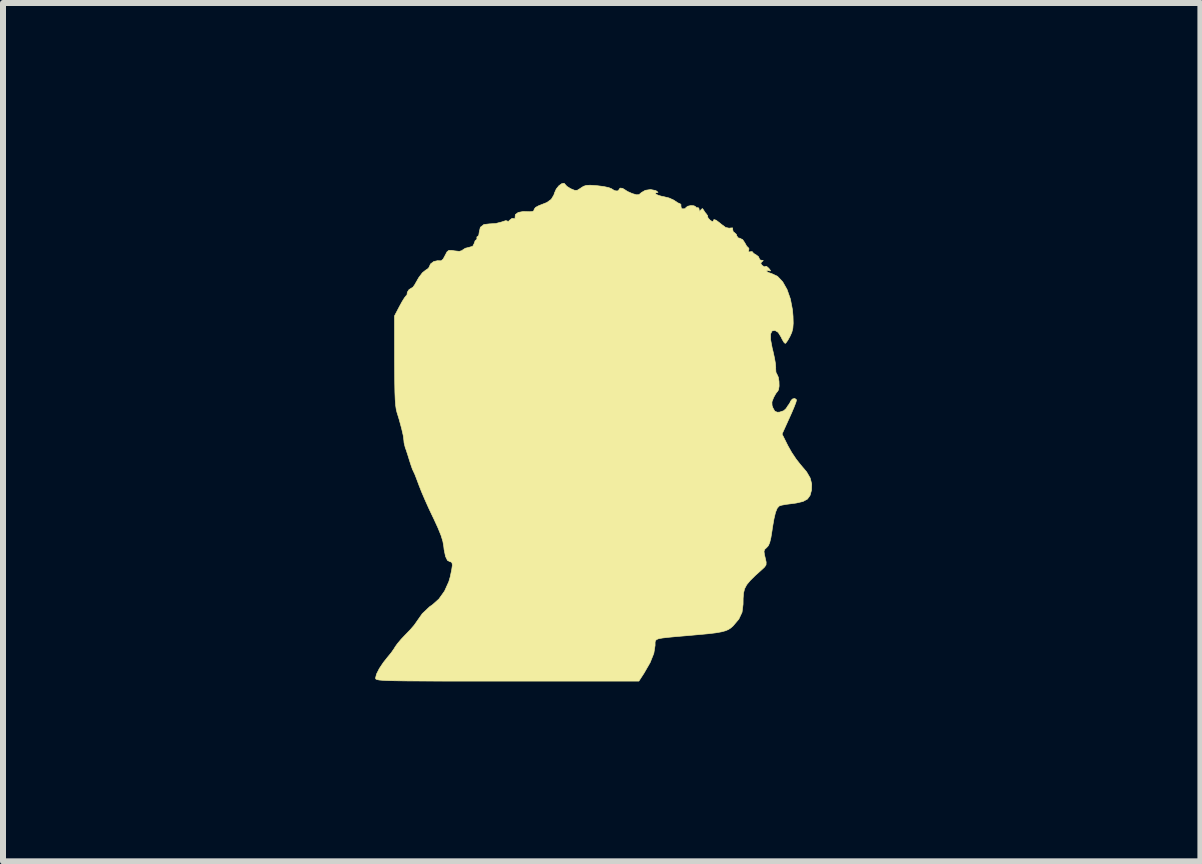
<source format=kicad_pcb>
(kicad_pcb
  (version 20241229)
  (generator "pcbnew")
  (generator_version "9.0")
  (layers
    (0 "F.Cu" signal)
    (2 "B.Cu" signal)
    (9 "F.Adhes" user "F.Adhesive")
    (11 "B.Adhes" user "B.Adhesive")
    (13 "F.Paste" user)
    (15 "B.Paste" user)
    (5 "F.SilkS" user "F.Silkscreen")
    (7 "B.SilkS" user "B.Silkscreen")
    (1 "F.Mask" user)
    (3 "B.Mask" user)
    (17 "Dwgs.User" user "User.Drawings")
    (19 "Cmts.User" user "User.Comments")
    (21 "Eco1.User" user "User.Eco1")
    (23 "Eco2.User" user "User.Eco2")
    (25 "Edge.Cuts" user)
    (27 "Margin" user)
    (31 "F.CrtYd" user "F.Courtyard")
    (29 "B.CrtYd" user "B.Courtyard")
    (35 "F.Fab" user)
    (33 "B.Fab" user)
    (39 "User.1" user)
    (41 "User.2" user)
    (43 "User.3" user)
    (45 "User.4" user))
  (footprint "silvan_logo_10mm"
    (layer "F.Cu")
    (at 6.982 4.352)
    (property "Reference" "silvan_logo_10mm" (at 0 0 0) (layer "Eco1.User") (effects (font (size 1 1) (thickness 0.15))))
    (attr through_hole)
    (fp_poly (pts (xy -0.609 -4.327) (xy -0.58 -4.295) (xy -0.522 -4.259) (xy -0.51 -4.253) (xy -0.449 -4.228) (xy -0.406 -4.23) (xy -0.355 -4.262) (xy -0.347 -4.268) (xy -0.303 -4.296) (xy -0.257 -4.311) (xy -0.193 -4.314) (xy -0.097 -4.308) (xy -0.068 -4.305) (xy 0.034 -4.292) (xy 0.118 -4.274) (xy 0.167 -4.254) (xy 0.17 -4.251) (xy 0.216 -4.223) (xy 0.262 -4.217) (xy 0.287 -4.236) (xy 0.288 -4.242) (xy 0.307 -4.266) (xy 0.348 -4.262) (xy 0.387 -4.238) (xy 0.43 -4.21) (xy 0.5 -4.179) (xy 0.515 -4.173) (xy 0.582 -4.154) (xy 0.623 -4.158) (xy 0.659 -4.189) (xy 0.661 -4.191) (xy 0.727 -4.229) (xy 0.814 -4.242) (xy 0.896 -4.226) (xy 0.916 -4.216) (xy 0.939 -4.195) (xy 0.921 -4.19) (xy 0.891 -4.183) (xy 0.902 -4.166) (xy 0.943 -4.146) (xy 1.005 -4.128) (xy 1.035 -4.123) (xy 1.123 -4.101) (xy 1.199 -4.067) (xy 1.216 -4.056) (xy 1.269 -4.02) (xy 1.306 -4.006) (xy 1.323 -3.988) (xy 1.32 -3.97) (xy 1.328 -3.932) (xy 1.348 -3.919) (xy 1.391 -3.923) (xy 1.405 -3.942) (xy 1.435 -3.964) (xy 1.487 -3.975) (xy 1.539 -3.971) (xy 1.57 -3.953) (xy 1.571 -3.947) (xy 1.588 -3.936) (xy 1.597 -3.941) (xy 1.619 -3.934) (xy 1.624 -3.91) (xy 1.628 -3.878) (xy 1.648 -3.895) (xy 1.652 -3.902) (xy 1.678 -3.926) (xy 1.693 -3.908) (xy 1.723 -3.861) (xy 1.742 -3.839) (xy 1.767 -3.804) (xy 1.766 -3.791) (xy 1.774 -3.767) (xy 1.807 -3.732) (xy 1.845 -3.706) (xy 1.859 -3.714) (xy 1.871 -3.742) (xy 1.907 -3.731) (xy 1.972 -3.682) (xy 1.992 -3.665) (xy 2.066 -3.61) (xy 2.126 -3.597) (xy 2.14 -3.6) (xy 2.182 -3.603) (xy 2.184 -3.578) (xy 2.184 -3.578) (xy 2.192 -3.539) (xy 2.211 -3.526) (xy 2.247 -3.492) (xy 2.252 -3.47) (xy 2.274 -3.437) (xy 2.302 -3.43) (xy 2.351 -3.406) (xy 2.387 -3.352) (xy 2.417 -3.298) (xy 2.443 -3.273) (xy 2.444 -3.273) (xy 2.456 -3.254) (xy 2.451 -3.231) (xy 2.449 -3.201) (xy 2.474 -3.204) (xy 2.508 -3.208) (xy 2.514 -3.2) (xy 2.535 -3.176) (xy 2.573 -3.154) (xy 2.615 -3.122) (xy 2.625 -3.095) (xy 2.641 -3.069) (xy 2.664 -3.063) (xy 2.694 -3.058) (xy 2.674 -3.04) (xy 2.673 -3.04) (xy 2.651 -3.016) (xy 2.668 -2.984) (xy 2.678 -2.975) (xy 2.713 -2.952) (xy 2.728 -2.96) (xy 2.748 -2.962) (xy 2.785 -2.93) (xy 2.786 -2.929) (xy 2.815 -2.891) (xy 2.809 -2.883) (xy 2.792 -2.889) (xy 2.756 -2.892) (xy 2.749 -2.882) (xy 2.772 -2.861) (xy 2.828 -2.842) (xy 2.835 -2.84) (xy 2.931 -2.795) (xy 3.017 -2.704) (xy 3.09 -2.576) (xy 3.146 -2.417) (xy 3.181 -2.235) (xy 3.19 -2.129) (xy 3.193 -2.013) (xy 3.187 -1.93) (xy 3.17 -1.862) (xy 3.14 -1.795) (xy 3.102 -1.727) (xy 3.071 -1.684) (xy 3.059 -1.676) (xy 3.036 -1.698) (xy 3.005 -1.752) (xy 2.993 -1.779) (xy 2.943 -1.86) (xy 2.889 -1.893) (xy 2.84 -1.884) (xy 2.816 -1.834) (xy 2.816 -1.74) (xy 2.842 -1.602) (xy 2.856 -1.546) (xy 2.88 -1.437) (xy 2.897 -1.34) (xy 2.902 -1.271) (xy 2.901 -1.259) (xy 2.905 -1.195) (xy 2.925 -1.156) (xy 2.945 -1.112) (xy 2.956 -1.042) (xy 2.958 -0.965) (xy 2.948 -0.903) (xy 2.933 -0.878) (xy 2.906 -0.845) (xy 2.872 -0.785) (xy 2.865 -0.771) (xy 2.838 -0.701) (xy 2.84 -0.643) (xy 2.855 -0.601) (xy 2.886 -0.546) (xy 2.928 -0.529) (xy 2.967 -0.531) (xy 3.035 -0.554) (xy 3.075 -0.591) (xy 3.104 -0.637) (xy 3.118 -0.655) (xy 3.139 -0.688) (xy 3.15 -0.714) (xy 3.179 -0.749) (xy 3.218 -0.759) (xy 3.245 -0.74) (xy 3.247 -0.727) (xy 3.237 -0.691) (xy 3.209 -0.618) (xy 3.168 -0.521) (xy 3.127 -0.43) (xy 3.007 -0.165) (xy 3.104 0.029) (xy 3.167 0.141) (xy 3.242 0.253) (xy 3.312 0.342) (xy 3.315 0.346) (xy 3.416 0.465) (xy 3.476 0.568) (xy 3.501 0.667) (xy 3.498 0.77) (xy 3.474 0.858) (xy 3.43 0.919) (xy 3.356 0.959) (xy 3.243 0.985) (xy 3.171 0.995) (xy 3.076 1.007) (xy 3 1.021) (xy 2.96 1.034) (xy 2.927 1.07) (xy 2.898 1.14) (xy 2.872 1.25) (xy 2.845 1.405) (xy 2.841 1.439) (xy 2.821 1.563) (xy 2.801 1.645) (xy 2.778 1.697) (xy 2.75 1.728) (xy 2.717 1.758) (xy 2.706 1.793) (xy 2.714 1.85) (xy 2.725 1.894) (xy 2.742 1.97) (xy 2.74 2.016) (xy 2.715 2.053) (xy 2.681 2.085) (xy 2.561 2.193) (xy 2.476 2.277) (xy 2.418 2.347) (xy 2.383 2.413) (xy 2.365 2.485) (xy 2.358 2.574) (xy 2.357 2.673) (xy 2.34 2.806) (xy 2.286 2.921) (xy 2.19 3.034) (xy 2.153 3.067) (xy 2.112 3.094) (xy 2.062 3.115) (xy 1.994 3.133) (xy 1.903 3.149) (xy 1.779 3.164) (xy 1.617 3.179) (xy 1.427 3.196) (xy 1.247 3.211) (xy 1.112 3.224) (xy 1.016 3.235) (xy 0.952 3.246) (xy 0.915 3.261) (xy 0.896 3.28) (xy 0.89 3.306) (xy 0.89 3.341) (xy 0.89 3.36) (xy 0.869 3.491) (xy 0.808 3.644) (xy 0.705 3.823) (xy 0.703 3.826) (xy 0.62 3.954) (xy -1.576 3.954) (xy -1.965 3.954) (xy -2.306 3.954) (xy -2.601 3.954) (xy -2.853 3.953) (xy -3.066 3.952) (xy -3.244 3.951) (xy -3.388 3.949) (xy -3.504 3.947) (xy -3.594 3.944) (xy -3.66 3.94) (xy -3.708 3.936) (xy -3.739 3.93) (xy -3.758 3.924) (xy -3.767 3.917) (xy -3.77 3.908) (xy -3.771 3.903) (xy -3.754 3.836) (xy -3.708 3.745) (xy -3.64 3.643) (xy -3.571 3.556) (xy -3.51 3.482) (xy -3.459 3.409) (xy -3.446 3.386) (xy -3.407 3.331) (xy -3.344 3.256) (xy -3.269 3.177) (xy -3.264 3.172) (xy -3.189 3.094) (xy -3.126 3.021) (xy -3.088 2.967) (xy -3.086 2.964) (xy -2.992 2.83) (xy -2.867 2.712) (xy -2.824 2.683) (xy -2.715 2.586) (xy -2.62 2.453) (xy -2.549 2.296) (xy -2.526 2.217) (xy -2.501 2.098) (xy -2.49 2.022) (xy -2.496 1.981) (xy -2.516 1.965) (xy -2.526 1.964) (xy -2.571 1.942) (xy -2.604 1.875) (xy -2.628 1.759) (xy -2.633 1.711) (xy -2.648 1.625) (xy -2.679 1.524) (xy -2.73 1.399) (xy -2.803 1.24) (xy -2.814 1.218) (xy -2.882 1.075) (xy -2.947 0.93) (xy -3.004 0.797) (xy -3.045 0.693) (xy -3.049 0.682) (xy -3.085 0.586) (xy -3.115 0.508) (xy -3.136 0.463) (xy -3.138 0.459) (xy -3.156 0.421) (xy -3.181 0.349) (xy -3.205 0.275) (xy -3.234 0.181) (xy -3.261 0.099) (xy -3.276 0.058) (xy -3.295 -0.018) (xy -3.299 -0.065) (xy -3.309 -0.141) (xy -3.336 -0.258) (xy -3.378 -0.412) (xy -3.414 -0.528) (xy -3.426 -0.578) (xy -3.436 -0.647) (xy -3.443 -0.74) (xy -3.448 -0.863) (xy -3.451 -1.023) (xy -3.453 -1.225) (xy -3.454 -1.392) (xy -3.455 -2.134) (xy -3.373 -2.291) (xy -3.328 -2.373) (xy -3.289 -2.436) (xy -3.267 -2.464) (xy -3.246 -2.487) (xy -3.246 -2.491) (xy -3.241 -2.53) (xy -3.213 -2.573) (xy -3.183 -2.592) (xy -3.148 -2.613) (xy -3.12 -2.651) (xy -3.05 -2.774) (xy -2.99 -2.854) (xy -2.936 -2.897) (xy -2.891 -2.927) (xy -2.877 -2.949) (xy -2.854 -3.001) (xy -2.8 -3.042) (xy -2.735 -3.056) (xy -2.724 -3.055) (xy -2.677 -3.054) (xy -2.644 -3.082) (xy -2.612 -3.141) (xy -2.58 -3.202) (xy -2.548 -3.228) (xy -2.497 -3.227) (xy -2.456 -3.22) (xy -2.374 -3.211) (xy -2.328 -3.225) (xy -2.318 -3.235) (xy -2.274 -3.263) (xy -2.213 -3.278) (xy -2.151 -3.296) (xy -2.127 -3.34) (xy -2.126 -3.345) (xy -2.109 -3.391) (xy -2.091 -3.404) (xy -2.078 -3.42) (xy -2.082 -3.43) (xy -2.08 -3.454) (xy -2.07 -3.456) (xy -2.05 -3.479) (xy -2.042 -3.532) (xy -2.023 -3.613) (xy -1.964 -3.659) (xy -1.867 -3.67) (xy -1.86 -3.67) (xy -1.766 -3.676) (xy -1.672 -3.7) (xy -1.666 -3.702) (xy -1.599 -3.724) (xy -1.572 -3.717) (xy -1.571 -3.712) (xy -1.559 -3.706) (xy -1.536 -3.73) (xy -1.494 -3.762) (xy -1.467 -3.758) (xy -1.443 -3.754) (xy -1.445 -3.773) (xy -1.44 -3.824) (xy -1.392 -3.86) (xy -1.313 -3.875) (xy -1.29 -3.875) (xy -1.2 -3.872) (xy -1.15 -3.877) (xy -1.13 -3.891) (xy -1.126 -3.913) (xy -1.103 -3.944) (xy -1.047 -3.974) (xy -1.028 -3.981) (xy -0.914 -4.026) (xy -0.841 -4.079) (xy -0.798 -4.15) (xy -0.787 -4.185) (xy -0.758 -4.25) (xy -0.714 -4.305) (xy -0.666 -4.34) (xy -0.627 -4.347) (xy -0.609 -4.327)) (stroke (width 0.01) (type solid)) (fill yes) (layer "F.SilkS")))
  (gr_rect
    (start -3 -3)
    (end 16.964 11.311)
    (stroke (width 0.1) (type default))
    (fill no)
    (layer "Edge.Cuts")))
</source>
